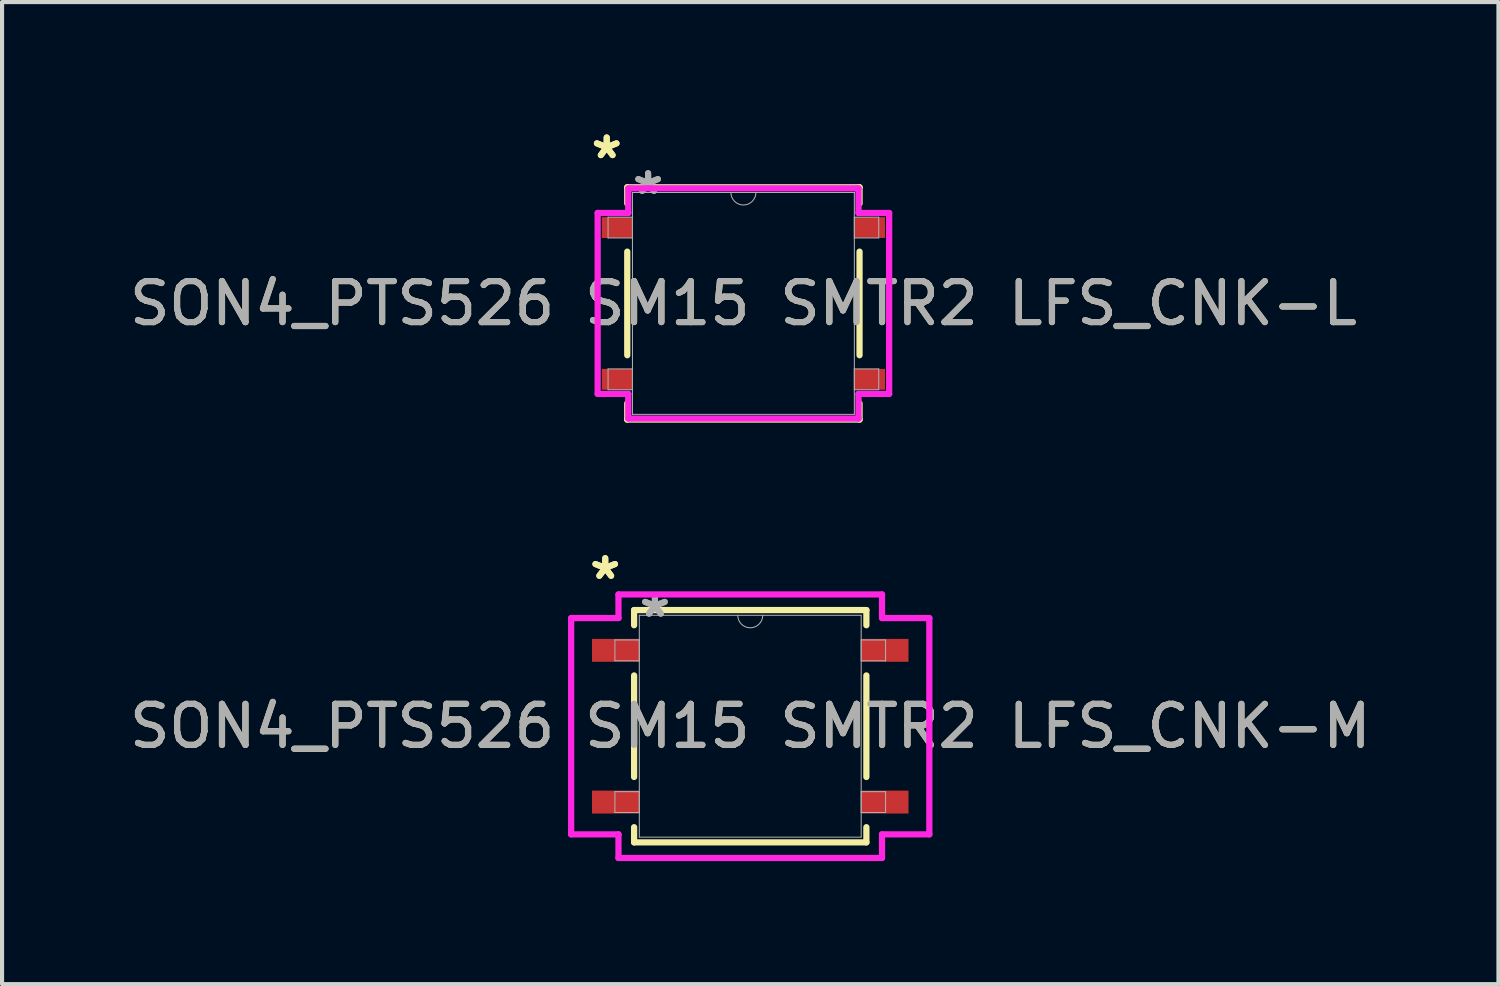
<source format=kicad_pcb>
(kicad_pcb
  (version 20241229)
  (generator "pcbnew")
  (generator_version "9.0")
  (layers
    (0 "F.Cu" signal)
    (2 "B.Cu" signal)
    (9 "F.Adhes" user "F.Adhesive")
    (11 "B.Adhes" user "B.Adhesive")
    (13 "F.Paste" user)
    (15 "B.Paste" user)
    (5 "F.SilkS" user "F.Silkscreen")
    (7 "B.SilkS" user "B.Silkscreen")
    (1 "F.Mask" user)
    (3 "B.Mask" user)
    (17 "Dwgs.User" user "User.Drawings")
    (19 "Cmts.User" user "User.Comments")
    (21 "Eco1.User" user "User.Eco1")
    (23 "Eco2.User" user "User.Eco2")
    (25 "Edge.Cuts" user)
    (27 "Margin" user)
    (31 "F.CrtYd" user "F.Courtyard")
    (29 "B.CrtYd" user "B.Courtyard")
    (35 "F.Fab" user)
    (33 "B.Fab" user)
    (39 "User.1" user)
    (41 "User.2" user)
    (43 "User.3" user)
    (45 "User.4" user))
  (footprint "SON4_PTS526 SM15 SMTR2 LFS_CNK-L"
    (layer "F.Cu")
    (at 15.077 4.349)
    (property "Reference" "SON4_PTS526 SM15 SMTR2 LFS_CNK-L" (at 0 0 0) (unlocked yes) (layer "F.SilkS") (effects (font (size 1 1) (thickness 0.15))))
    (attr smd)
    (fp_line (start -2.832 -2.832) (end -2.832 -2.437) (stroke (width 0.152) (type solid)) (layer "F.SilkS"))
    (fp_line (start -2.832 -1.263) (end -2.832 1.263) (stroke (width 0.152) (type solid)) (layer "F.SilkS"))
    (fp_line (start -2.832 2.437) (end -2.832 2.832) (stroke (width 0.152) (type solid)) (layer "F.SilkS"))
    (fp_line (start -2.832 2.832) (end 2.832 2.832) (stroke (width 0.152) (type solid)) (layer "F.SilkS"))
    (fp_line (start 2.832 -2.832) (end -2.832 -2.832) (stroke (width 0.152) (type solid)) (layer "F.SilkS"))
    (fp_line (start 2.832 -2.437) (end 2.832 -2.832) (stroke (width 0.152) (type solid)) (layer "F.SilkS"))
    (fp_line (start 2.832 1.263) (end 2.832 -1.263) (stroke (width 0.152) (type solid)) (layer "F.SilkS"))
    (fp_line (start 2.832 2.832) (end 2.832 2.437) (stroke (width 0.152) (type solid)) (layer "F.SilkS"))
    (fp_line (start -3.554 -2.206) (end -2.807 -2.206) (stroke (width 0.152) (type solid)) (layer "F.CrtYd"))
    (fp_line (start -3.554 2.206) (end -3.554 -2.206) (stroke (width 0.152) (type solid)) (layer "F.CrtYd"))
    (fp_line (start -3.554 2.206) (end -2.807 2.206) (stroke (width 0.152) (type solid)) (layer "F.CrtYd"))
    (fp_line (start -2.807 -2.807) (end 2.807 -2.807) (stroke (width 0.152) (type solid)) (layer "F.CrtYd"))
    (fp_line (start -2.807 -2.206) (end -2.807 -2.807) (stroke (width 0.152) (type solid)) (layer "F.CrtYd"))
    (fp_line (start -2.807 2.807) (end -2.807 2.206) (stroke (width 0.152) (type solid)) (layer "F.CrtYd"))
    (fp_line (start 2.807 -2.807) (end 2.807 -2.206) (stroke (width 0.152) (type solid)) (layer "F.CrtYd"))
    (fp_line (start 2.807 2.206) (end 2.807 2.807) (stroke (width 0.152) (type solid)) (layer "F.CrtYd"))
    (fp_line (start 2.807 2.807) (end -2.807 2.807) (stroke (width 0.152) (type solid)) (layer "F.CrtYd"))
    (fp_line (start 3.554 -2.206) (end 2.807 -2.206) (stroke (width 0.152) (type solid)) (layer "F.CrtYd"))
    (fp_line (start 3.554 -2.206) (end 3.554 2.206) (stroke (width 0.152) (type solid)) (layer "F.CrtYd"))
    (fp_line (start 3.554 2.206) (end 2.807 2.206) (stroke (width 0.152) (type solid)) (layer "F.CrtYd"))
    (fp_line (start -3.3 -2.104) (end -3.3 -1.596) (stroke (width 0.025) (type solid)) (layer "F.Fab"))
    (fp_line (start -3.3 -1.596) (end -2.705 -1.596) (stroke (width 0.025) (type solid)) (layer "F.Fab"))
    (fp_line (start -3.3 1.596) (end -3.3 2.104) (stroke (width 0.025) (type solid)) (layer "F.Fab"))
    (fp_line (start -3.3 2.104) (end -2.705 2.104) (stroke (width 0.025) (type solid)) (layer "F.Fab"))
    (fp_line (start -2.705 -2.705) (end -2.705 2.705) (stroke (width 0.025) (type solid)) (layer "F.Fab"))
    (fp_line (start -2.705 -2.104) (end -3.3 -2.104) (stroke (width 0.025) (type solid)) (layer "F.Fab"))
    (fp_line (start -2.705 -1.596) (end -2.705 -2.104) (stroke (width 0.025) (type solid)) (layer "F.Fab"))
    (fp_line (start -2.705 1.596) (end -3.3 1.596) (stroke (width 0.025) (type solid)) (layer "F.Fab"))
    (fp_line (start -2.705 2.104) (end -2.705 1.596) (stroke (width 0.025) (type solid)) (layer "F.Fab"))
    (fp_line (start -2.705 2.705) (end 2.705 2.705) (stroke (width 0.025) (type solid)) (layer "F.Fab"))
    (fp_line (start 2.705 -2.705) (end -2.705 -2.705) (stroke (width 0.025) (type solid)) (layer "F.Fab"))
    (fp_line (start 2.705 -2.104) (end 2.705 -1.596) (stroke (width 0.025) (type solid)) (layer "F.Fab"))
    (fp_line (start 2.705 -1.596) (end 3.3 -1.596) (stroke (width 0.025) (type solid)) (layer "F.Fab"))
    (fp_line (start 2.705 1.596) (end 2.705 2.104) (stroke (width 0.025) (type solid)) (layer "F.Fab"))
    (fp_line (start 2.705 2.104) (end 3.3 2.104) (stroke (width 0.025) (type solid)) (layer "F.Fab"))
    (fp_line (start 2.705 2.705) (end 2.705 -2.705) (stroke (width 0.025) (type solid)) (layer "F.Fab"))
    (fp_line (start 3.3 -2.104) (end 2.705 -2.104) (stroke (width 0.025) (type solid)) (layer "F.Fab"))
    (fp_line (start 3.3 -1.596) (end 3.3 -2.104) (stroke (width 0.025) (type solid)) (layer "F.Fab"))
    (fp_line (start 3.3 1.596) (end 2.705 1.596) (stroke (width 0.025) (type solid)) (layer "F.Fab"))
    (fp_line (start 3.3 2.104) (end 3.3 1.596) (stroke (width 0.025) (type solid)) (layer "F.Fab"))
    (fp_arc (start 0.3048 -2.7051) (mid 0 -2.4003) (end -0.3048 -2.7051) (stroke (width 0.0254) (type solid)) (layer "F.Fab"))
    (fp_text user "*" (at -3.333 -3.501 0) (layer "F.SilkS") (effects (font (size 1 1) (thickness 0.15))))
    (fp_text user "*" (at -3.333 -3.501 0) (unlocked yes) (layer "F.SilkS") (effects (font (size 1 1) (thickness 0.15))))
    (fp_text user "*" (at -2.324 -2.629 0) (unlocked yes) (layer "F.Fab") (effects (font (size 1 1) (thickness 0.15))))
    (fp_text user "${REFERENCE}" (at 0 0 0) (unlocked yes) (layer "F.Fab") (effects (font (size 1 1) (thickness 0.15))))
    (fp_text user "*" (at -2.324 -2.629 0) (layer "F.Fab") (effects (font (size 1 1) (thickness 0.15))))
    (pad "1" smd rect (at -3.079 -1.85) (size 0.747 0.508) (layers "F.Cu" "F.Mask" "F.Paste"))
    (pad "2" smd rect (at 3.079 -1.85) (size 0.747 0.508) (layers "F.Cu" "F.Mask" "F.Paste"))
    (pad "3" smd rect (at -3.079 1.85) (size 0.747 0.508) (layers "F.Cu" "F.Mask" "F.Paste"))
    (pad "4" smd rect (at 3.079 1.85) (size 0.747 0.508) (layers "F.Cu" "F.Mask" "F.Paste")))
  (footprint "SON4_PTS526 SM15 SMTR2 LFS_CNK-M"
    (layer "F.Cu")
    (at 15.244 14.658)
    (property "Reference" "SON4_PTS526 SM15 SMTR2 LFS_CNK-M" (at 0 0 0) (unlocked yes) (layer "F.SilkS") (effects (font (size 1 1) (thickness 0.15))))
    (attr smd)
    (fp_line (start -2.832 -2.832) (end -2.832 -2.462) (stroke (width 0.152) (type solid)) (layer "F.SilkS"))
    (fp_line (start -2.832 -1.238) (end -2.832 1.238) (stroke (width 0.152) (type solid)) (layer "F.SilkS"))
    (fp_line (start -2.832 2.462) (end -2.832 2.832) (stroke (width 0.152) (type solid)) (layer "F.SilkS"))
    (fp_line (start -2.832 2.832) (end 2.832 2.832) (stroke (width 0.152) (type solid)) (layer "F.SilkS"))
    (fp_line (start 2.832 -2.832) (end -2.832 -2.832) (stroke (width 0.152) (type solid)) (layer "F.SilkS"))
    (fp_line (start 2.832 -2.462) (end 2.832 -2.832) (stroke (width 0.152) (type solid)) (layer "F.SilkS"))
    (fp_line (start 2.832 1.238) (end 2.832 -1.238) (stroke (width 0.152) (type solid)) (layer "F.SilkS"))
    (fp_line (start 2.832 2.832) (end 2.832 2.462) (stroke (width 0.152) (type solid)) (layer "F.SilkS"))
    (fp_line (start -4.367 -2.637) (end -3.213 -2.637) (stroke (width 0.152) (type solid)) (layer "F.CrtYd"))
    (fp_line (start -4.367 2.637) (end -4.367 -2.637) (stroke (width 0.152) (type solid)) (layer "F.CrtYd"))
    (fp_line (start -4.367 2.637) (end -3.213 2.637) (stroke (width 0.152) (type solid)) (layer "F.CrtYd"))
    (fp_line (start -3.213 -3.213) (end 3.213 -3.213) (stroke (width 0.152) (type solid)) (layer "F.CrtYd"))
    (fp_line (start -3.213 -2.637) (end -3.213 -3.213) (stroke (width 0.152) (type solid)) (layer "F.CrtYd"))
    (fp_line (start -3.213 3.213) (end -3.213 2.637) (stroke (width 0.152) (type solid)) (layer "F.CrtYd"))
    (fp_line (start 3.213 -3.213) (end 3.213 -2.637) (stroke (width 0.152) (type solid)) (layer "F.CrtYd"))
    (fp_line (start 3.213 2.637) (end 3.213 3.213) (stroke (width 0.152) (type solid)) (layer "F.CrtYd"))
    (fp_line (start 3.213 3.213) (end -3.213 3.213) (stroke (width 0.152) (type solid)) (layer "F.CrtYd"))
    (fp_line (start 4.367 -2.637) (end 3.213 -2.637) (stroke (width 0.152) (type solid)) (layer "F.CrtYd"))
    (fp_line (start 4.367 -2.637) (end 4.367 2.637) (stroke (width 0.152) (type solid)) (layer "F.CrtYd"))
    (fp_line (start 4.367 2.637) (end 3.213 2.637) (stroke (width 0.152) (type solid)) (layer "F.CrtYd"))
    (fp_line (start -3.3 -2.104) (end -3.3 -1.596) (stroke (width 0.025) (type solid)) (layer "F.Fab"))
    (fp_line (start -3.3 -1.596) (end -2.705 -1.596) (stroke (width 0.025) (type solid)) (layer "F.Fab"))
    (fp_line (start -3.3 1.596) (end -3.3 2.104) (stroke (width 0.025) (type solid)) (layer "F.Fab"))
    (fp_line (start -3.3 2.104) (end -2.705 2.104) (stroke (width 0.025) (type solid)) (layer "F.Fab"))
    (fp_line (start -2.705 -2.705) (end -2.705 2.705) (stroke (width 0.025) (type solid)) (layer "F.Fab"))
    (fp_line (start -2.705 -2.104) (end -3.3 -2.104) (stroke (width 0.025) (type solid)) (layer "F.Fab"))
    (fp_line (start -2.705 -1.596) (end -2.705 -2.104) (stroke (width 0.025) (type solid)) (layer "F.Fab"))
    (fp_line (start -2.705 1.596) (end -3.3 1.596) (stroke (width 0.025) (type solid)) (layer "F.Fab"))
    (fp_line (start -2.705 2.104) (end -2.705 1.596) (stroke (width 0.025) (type solid)) (layer "F.Fab"))
    (fp_line (start -2.705 2.705) (end 2.705 2.705) (stroke (width 0.025) (type solid)) (layer "F.Fab"))
    (fp_line (start 2.705 -2.705) (end -2.705 -2.705) (stroke (width 0.025) (type solid)) (layer "F.Fab"))
    (fp_line (start 2.705 -2.104) (end 2.705 -1.596) (stroke (width 0.025) (type solid)) (layer "F.Fab"))
    (fp_line (start 2.705 -1.596) (end 3.3 -1.596) (stroke (width 0.025) (type solid)) (layer "F.Fab"))
    (fp_line (start 2.705 1.596) (end 2.705 2.104) (stroke (width 0.025) (type solid)) (layer "F.Fab"))
    (fp_line (start 2.705 2.104) (end 3.3 2.104) (stroke (width 0.025) (type solid)) (layer "F.Fab"))
    (fp_line (start 2.705 2.705) (end 2.705 -2.705) (stroke (width 0.025) (type solid)) (layer "F.Fab"))
    (fp_line (start 3.3 -2.104) (end 2.705 -2.104) (stroke (width 0.025) (type solid)) (layer "F.Fab"))
    (fp_line (start 3.3 -1.596) (end 3.3 -2.104) (stroke (width 0.025) (type solid)) (layer "F.Fab"))
    (fp_line (start 3.3 1.596) (end 2.705 1.596) (stroke (width 0.025) (type solid)) (layer "F.Fab"))
    (fp_line (start 3.3 2.104) (end 3.3 1.596) (stroke (width 0.025) (type solid)) (layer "F.Fab"))
    (fp_arc (start 0.3048 -2.7051) (mid 0 -2.4003) (end -0.3048 -2.7051) (stroke (width 0.0254) (type solid)) (layer "F.Fab"))
    (fp_text user "*" (at -3.536 -3.552 0) (unlocked yes) (layer "F.SilkS") (effects (font (size 1 1) (thickness 0.15))))
    (fp_text user "*" (at -3.536 -3.552 0) (layer "F.SilkS") (effects (font (size 1 1) (thickness 0.15))))
    (fp_text user "*" (at -2.324 -2.629 0) (unlocked yes) (layer "F.Fab") (effects (font (size 1 1) (thickness 0.15))))
    (fp_text user "${REFERENCE}" (at 0 0 0) (unlocked yes) (layer "F.Fab") (effects (font (size 1 1) (thickness 0.15))))
    (fp_text user "*" (at -2.324 -2.629 0) (layer "F.Fab") (effects (font (size 1 1) (thickness 0.15))))
    (pad "1" smd rect (at -3.282 -1.85) (size 1.154 0.559) (layers "F.Cu" "F.Mask" "F.Paste"))
    (pad "2" smd rect (at 3.282 -1.85) (size 1.154 0.559) (layers "F.Cu" "F.Mask" "F.Paste"))
    (pad "3" smd rect (at -3.282 1.85) (size 1.154 0.559) (layers "F.Cu" "F.Mask" "F.Paste"))
    (pad "4" smd rect (at 3.282 1.85) (size 1.154 0.559) (layers "F.Cu" "F.Mask" "F.Paste")))
  (gr_rect
    (start -3 -3)
    (end 33.488 20.947)
    (stroke (width 0.1) (type default))
    (fill no)
    (layer "Edge.Cuts")))
</source>
